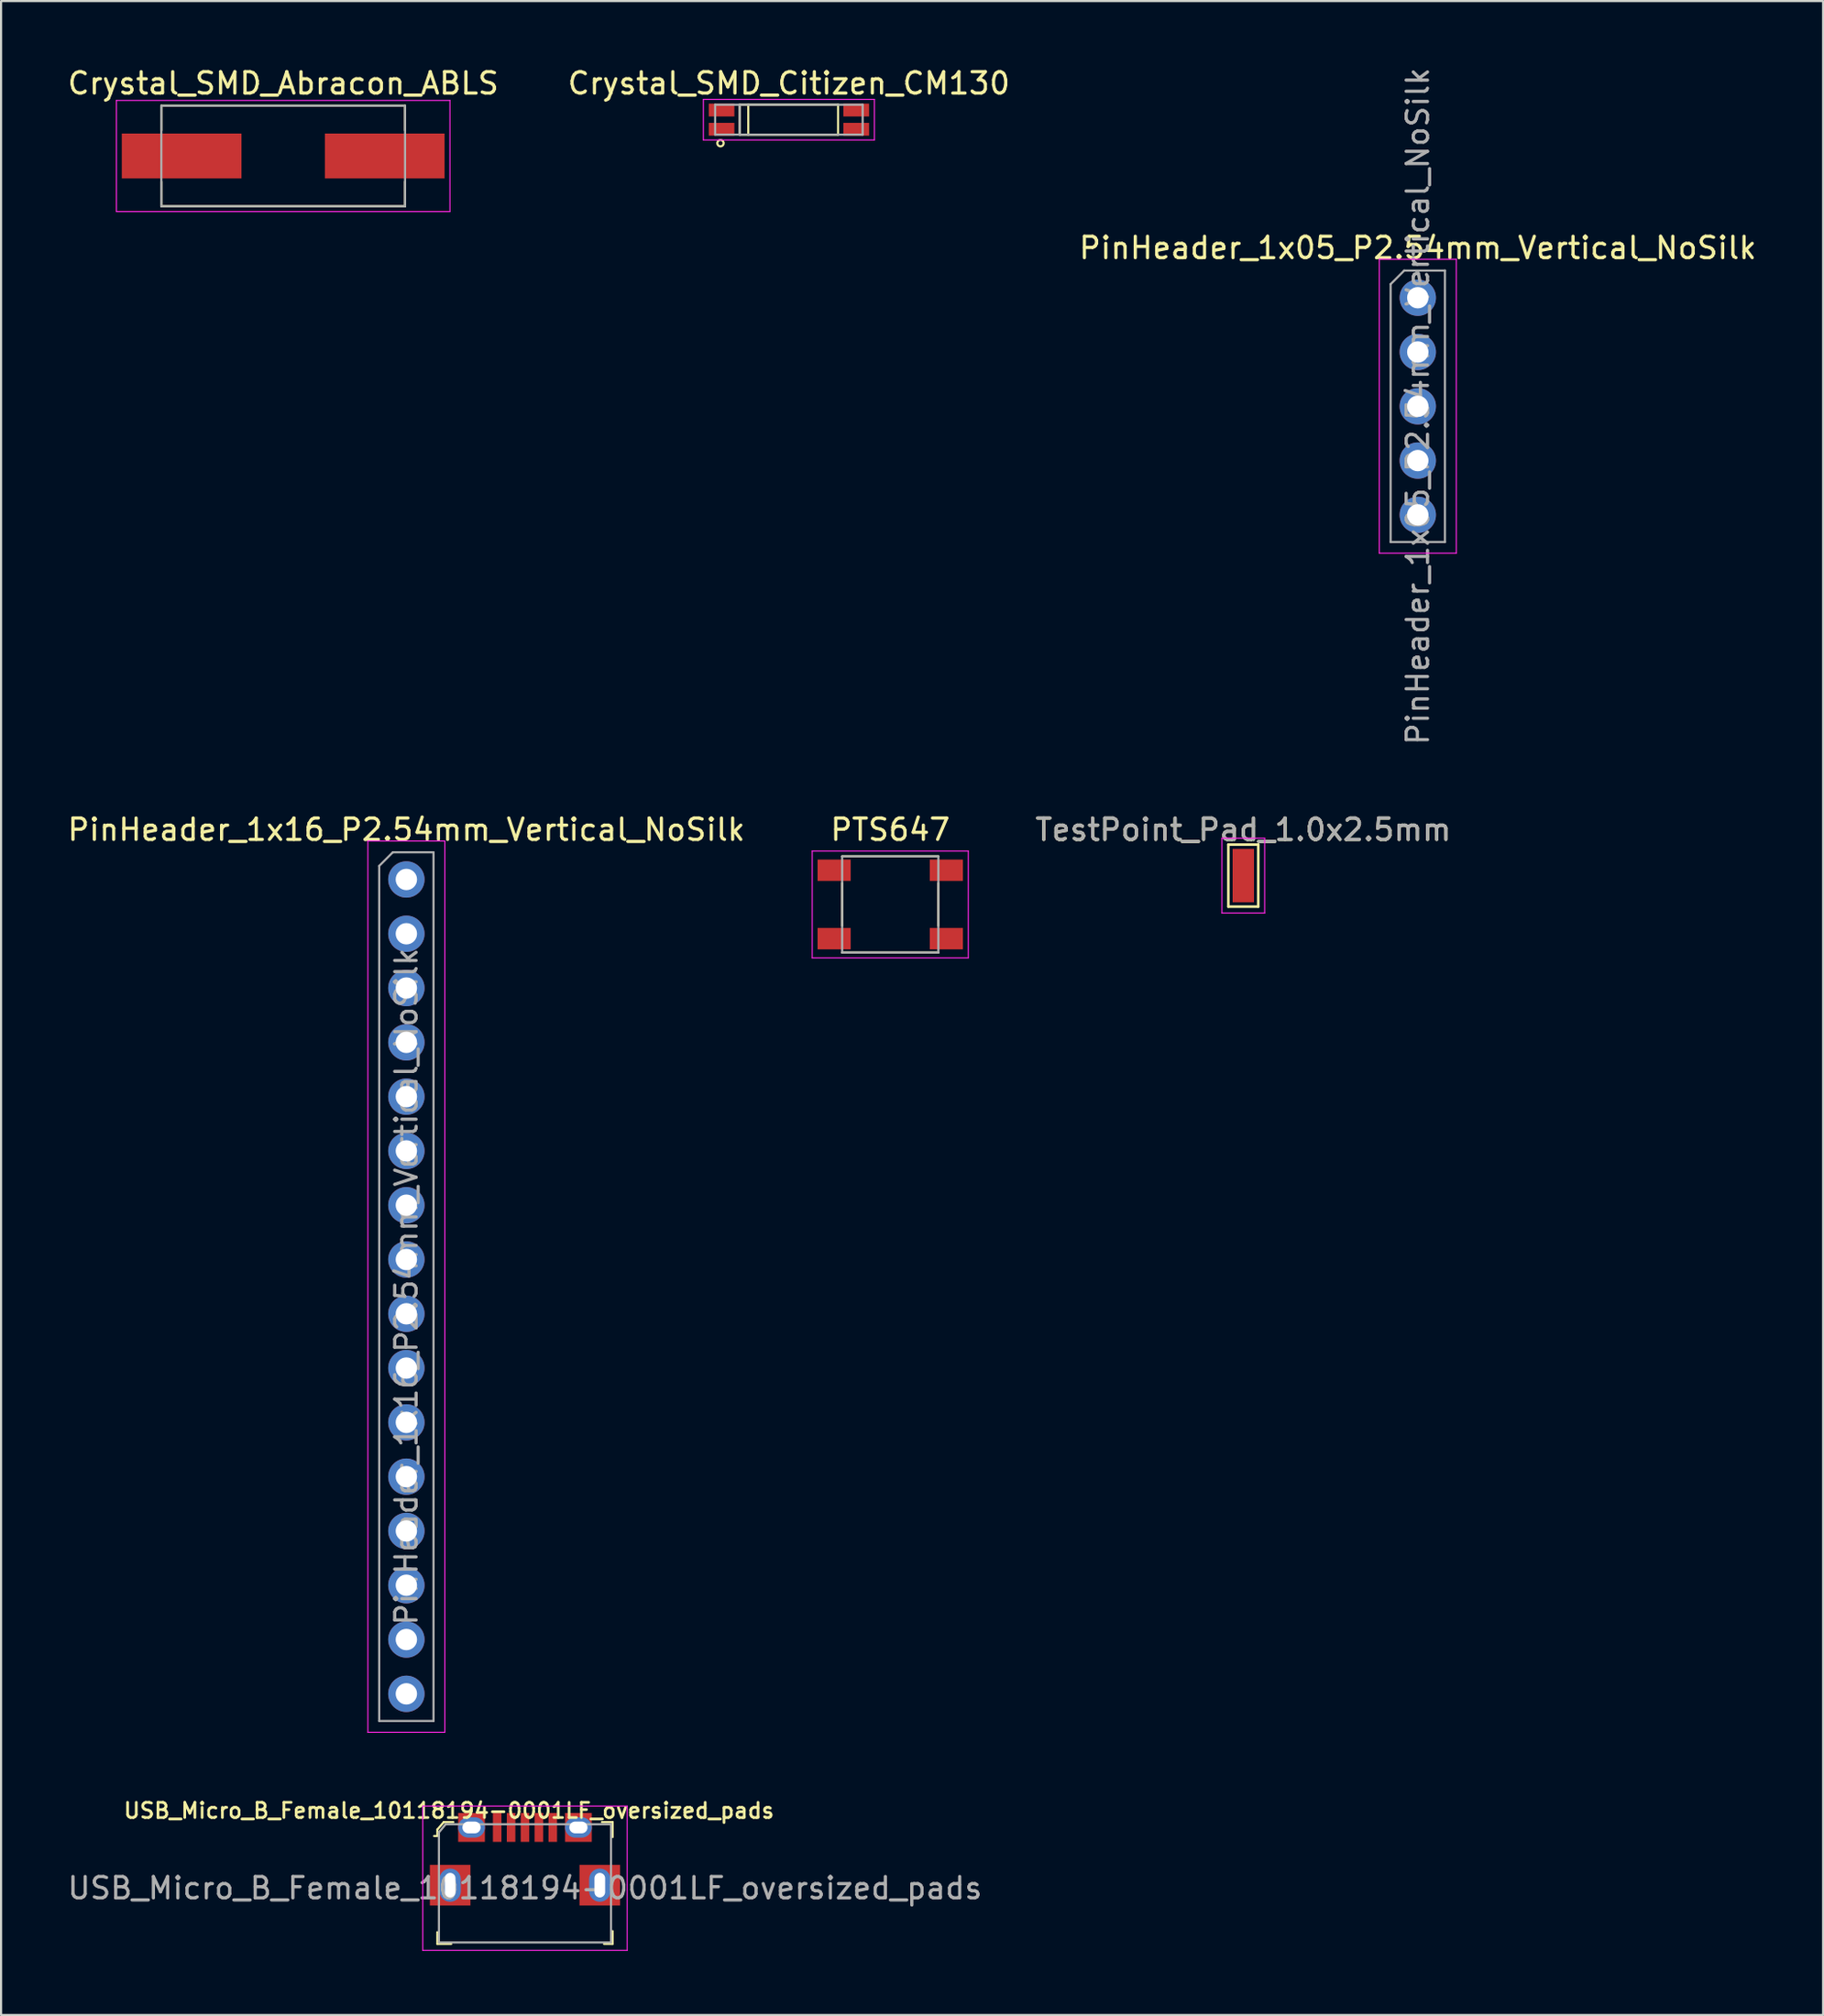
<source format=kicad_pcb>
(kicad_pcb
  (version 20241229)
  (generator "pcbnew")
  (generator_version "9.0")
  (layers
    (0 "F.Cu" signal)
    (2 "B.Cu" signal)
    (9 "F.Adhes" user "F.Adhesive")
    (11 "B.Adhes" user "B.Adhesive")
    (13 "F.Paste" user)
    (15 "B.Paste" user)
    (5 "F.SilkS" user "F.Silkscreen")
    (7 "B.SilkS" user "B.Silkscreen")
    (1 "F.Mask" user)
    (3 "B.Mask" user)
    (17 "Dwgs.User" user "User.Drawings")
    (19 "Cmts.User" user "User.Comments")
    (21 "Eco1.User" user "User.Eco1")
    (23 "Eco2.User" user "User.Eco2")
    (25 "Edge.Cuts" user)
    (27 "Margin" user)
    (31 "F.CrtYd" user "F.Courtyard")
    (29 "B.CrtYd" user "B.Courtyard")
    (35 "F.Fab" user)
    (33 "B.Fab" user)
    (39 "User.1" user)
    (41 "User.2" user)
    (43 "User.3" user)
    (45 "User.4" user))
  (footprint "PTS647"
    (layer "F.Cu")
    (at 38.592 39.265)
    (property "Reference" "PTS647" (at 0 -3.5 0) (layer "F.SilkS") (effects (font (size 1 1) (thickness 0.15))))
    (attr through_hole)
    (fp_line (start -2.25 -2.25) (end 2.25 -2.25) (stroke (width 0.1) (type solid)) (layer "F.SilkS"))
    (fp_line (start -2.25 -1) (end -2.25 1) (stroke (width 0.1) (type solid)) (layer "F.SilkS"))
    (fp_line (start -2.25 2.25) (end 2.25 2.25) (stroke (width 0.1) (type solid)) (layer "F.SilkS"))
    (fp_line (start 2.25 -1) (end 2.25 1) (stroke (width 0.1) (type solid)) (layer "F.SilkS"))
    (fp_line (start -3.65 -2.5) (end 3.65 -2.5) (stroke (width 0.05) (type solid)) (layer "F.CrtYd"))
    (fp_line (start -3.65 2.5) (end -3.65 -2.5) (stroke (width 0.05) (type solid)) (layer "F.CrtYd"))
    (fp_line (start -3.65 2.5) (end 3.65 2.5) (stroke (width 0.05) (type solid)) (layer "F.CrtYd"))
    (fp_line (start 3.65 -2.5) (end 3.65 2.5) (stroke (width 0.05) (type solid)) (layer "F.CrtYd"))
    (fp_line (start -2.25 -2.25) (end -2.25 2.25) (stroke (width 0.1) (type solid)) (layer "F.Fab"))
    (fp_line (start -2.25 -2.25) (end 2.25 -2.25) (stroke (width 0.1) (type solid)) (layer "F.Fab"))
    (fp_line (start -2.25 2.25) (end 2.25 2.25) (stroke (width 0.1) (type solid)) (layer "F.Fab"))
    (fp_line (start 2.25 -2.25) (end 2.25 2.25) (stroke (width 0.1) (type solid)) (layer "F.Fab"))
    (pad "1" smd rect (at -2.625 -1.6) (size 1.55 1) (layers "F.Cu" "F.Mask" "F.Paste"))
    (pad "1" smd rect (at 2.625 -1.6) (size 1.55 1) (layers "F.Cu" "F.Mask" "F.Paste"))
    (pad "2" smd rect (at -2.625 1.6) (size 1.55 1) (layers "F.Cu" "F.Mask" "F.Paste"))
    (pad "2" smd rect (at 2.625 1.6) (size 1.55 1) (layers "F.Cu" "F.Mask" "F.Paste")))
  (footprint "Crystal_SMD_Citizen_CM130"
    (layer "F.Cu")
    (at 33.851 2.548)
    (property "Reference" "Crystal_SMD_Citizen_CM130" (at 0 -1.7 0) (layer "F.SilkS") (effects (font (size 1 1) (thickness 0.15))))
    (attr through_hole)
    (fp_line (start -2.3 -0.7) (end -2.3 0.7) (stroke (width 0.1) (type solid)) (layer "F.SilkS"))
    (fp_line (start -2.3 -0.7) (end 2.3 -0.7) (stroke (width 0.1) (type solid)) (layer "F.SilkS"))
    (fp_line (start -2.3 0.7) (end 2.3 0.7) (stroke (width 0.1) (type solid)) (layer "F.SilkS"))
    (fp_line (start -1.9 -0.7) (end -1.9 0.7) (stroke (width 0.1) (type solid)) (layer "F.SilkS"))
    (fp_line (start 2.3 -0.7) (end 2.3 0.7) (stroke (width 0.1) (type solid)) (layer "F.SilkS"))
    (fp_circle (center -3.2 1.1) (end -3.05 1.1) (stroke (width 0.1) (type solid)) (fill no) (layer "F.SilkS"))
    (fp_line (start -4 -0.95) (end -4 0.95) (stroke (width 0.05) (type solid)) (layer "F.CrtYd"))
    (fp_line (start -4 -0.95) (end 4 -0.95) (stroke (width 0.05) (type solid)) (layer "F.CrtYd"))
    (fp_line (start -4 0.95) (end 4 0.95) (stroke (width 0.05) (type solid)) (layer "F.CrtYd"))
    (fp_line (start 4 -0.95) (end 4 0.95) (stroke (width 0.05) (type solid)) (layer "F.CrtYd"))
    (fp_line (start -3.45 -0.7) (end -3.45 0.7) (stroke (width 0.1) (type solid)) (layer "F.Fab"))
    (fp_line (start -3.45 -0.7) (end 3.45 -0.7) (stroke (width 0.1) (type solid)) (layer "F.Fab"))
    (fp_line (start -3.45 0.7) (end 3.45 0.7) (stroke (width 0.1) (type solid)) (layer "F.Fab"))
    (fp_line (start -2.3 -0.7) (end -2.3 0.7) (stroke (width 0.1) (type solid)) (layer "F.Fab"))
    (fp_line (start 3.45 -0.7) (end 3.45 0.7) (stroke (width 0.1) (type solid)) (layer "F.Fab"))
    (pad "1" smd rect (at -3.15 0.45) (size 1.2 0.6) (layers "F.Cu" "F.Mask" "F.Paste"))
    (pad "2" smd rect (at 3.15 0.45) (size 1.2 0.6) (layers "F.Cu" "F.Mask" "F.Paste"))
    (pad "3" smd rect (at 3.15 -0.45) (size 1.2 0.6) (layers "F.Cu" "F.Mask" "F.Paste"))
    (pad "4" smd rect (at -3.15 -0.45) (size 1.2 0.6) (layers "F.Cu" "F.Mask" "F.Paste")))
  (footprint "USB_Micro_B_Female_10118194-0001LF_oversized_pads"
    (layer "F.Cu")
    (at 21.506 82.446)
    (property "Reference" "USB_Micro_B_Female_10118194-0001LF_oversized_pads" (at -3.556 -0.787 0) (layer "F.SilkS") (effects (font (size 0.711 0.711) (thickness 0.127))))
    (attr through_hole)
    (fp_line (start -4.1 0.1) (end -4.1 0.4) (stroke (width 0.1) (type solid)) (layer "F.SilkS"))
    (fp_line (start -4.1 0.4) (end -4.25 0.4) (stroke (width 0.1) (type solid)) (layer "F.SilkS"))
    (fp_line (start -4.1 4.9) (end -4.1 5.45) (stroke (width 0.1) (type solid)) (layer "F.SilkS"))
    (fp_line (start -4.1 5.45) (end -3.45 5.45) (stroke (width 0.1) (type solid)) (layer "F.SilkS"))
    (fp_line (start -3.8 -0.25) (end -4.1 0.1) (stroke (width 0.1) (type solid)) (layer "F.SilkS"))
    (fp_line (start -3.35 -0.25) (end -3.8 -0.25) (stroke (width 0.1) (type solid)) (layer "F.SilkS"))
    (fp_line (start 3.6 -0.25) (end 4.1 -0.25) (stroke (width 0.1) (type solid)) (layer "F.SilkS"))
    (fp_line (start 4.1 -0.25) (end 4.1 0.45) (stroke (width 0.1) (type solid)) (layer "F.SilkS"))
    (fp_line (start 4.1 4.85) (end 4.1 5.45) (stroke (width 0.1) (type solid)) (layer "F.SilkS"))
    (fp_line (start 4.1 5.45) (end 3.7 5.45) (stroke (width 0.1) (type solid)) (layer "F.SilkS"))
    (fp_line (start -4.78 -1) (end 4.78 -1) (stroke (width 0.05) (type solid)) (layer "F.CrtYd"))
    (fp_line (start -4.78 5.75) (end -4.78 -1) (stroke (width 0.05) (type solid)) (layer "F.CrtYd"))
    (fp_line (start -4.78 5.75) (end 4.78 5.75) (stroke (width 0.05) (type solid)) (layer "F.CrtYd"))
    (fp_line (start 4.78 5.75) (end 4.78 -1) (stroke (width 0.05) (type solid)) (layer "F.CrtYd"))
    (fp_line (start -4.025 0.23) (end -3.71 -0.15) (stroke (width 0.1) (type solid)) (layer "F.Fab"))
    (fp_line (start -4.025 5.38) (end -4.025 0.23) (stroke (width 0.1) (type solid)) (layer "F.Fab"))
    (fp_line (start -4.025 5.38) (end 4.025 5.38) (stroke (width 0.1) (type solid)) (layer "F.Fab"))
    (fp_line (start 4.02 -0.15) (end -3.71 -0.15) (stroke (width 0.1) (type solid)) (layer "F.Fab"))
    (fp_line (start 4.025 5.38) (end 4.025 -0.15) (stroke (width 0.1) (type solid)) (layer "F.Fab"))
    (fp_text user "${REFERENCE}" (at 0 2.84 0) (layer "F.Fab") (effects (font (size 1 1) (thickness 0.15))))
    (pad "1" smd rect (at -1.3 0) (size 0.4 1.35) (layers "F.Cu" "F.Mask" "F.Paste"))
    (pad "2" smd rect (at -0.65 0) (size 0.4 1.35) (layers "F.Cu" "F.Mask" "F.Paste"))
    (pad "3" smd rect (at 0 0) (size 0.4 1.35) (layers "F.Cu" "F.Mask" "F.Paste"))
    (pad "4" smd rect (at 0.65 0) (size 0.4 1.35) (layers "F.Cu" "F.Mask" "F.Paste"))
    (pad "5" smd rect (at 1.3 0) (size 0.4 1.35) (layers "F.Cu" "F.Mask" "F.Paste"))
    (pad "SH" thru_hole oval (at -3.5 2.7) (size 1 1.55) (drill oval 0.5 1.15) (layers "*.Cu" "*.Mask"))
    (pad "SH" smd rect (at -3.5 2.7) (size 1.9 1.9) (layers "F.Cu" "F.Mask" "F.Paste"))
    (pad "SH" thru_hole oval (at -2.5 0) (size 1.25 0.95) (drill oval 0.85 0.55) (layers "*.Cu" "*.Mask"))
    (pad "SH" smd rect (at -2.5 0) (size 1.25 1.35) (layers "F.Cu" "F.Mask" "F.Paste"))
    (pad "SH" thru_hole oval (at 2.5 0) (size 1.25 0.95) (drill oval 0.85 0.55) (layers "*.Cu" "*.Mask"))
    (pad "SH" smd rect (at 2.5 0) (size 1.25 1.35) (layers "F.Cu" "F.Mask" "F.Paste"))
    (pad "SH" thru_hole oval (at 3.5 2.7) (size 1 1.55) (drill oval 0.5 1.15) (layers "*.Cu" "*.Mask"))
    (pad "SH" smd rect (at 3.5 2.7) (size 1.9 1.9) (layers "F.Cu" "F.Mask" "F.Paste")))
  (footprint "PinHeader_1x05_P2.54mm_Vertical_NoSilk"
    (layer "F.Cu")
    (at 63.268 10.878)
    (property "Reference" "PinHeader_1x05_P2.54mm_Vertical_NoSilk" (at 0 -2.33 0) (layer "F.SilkS") (effects (font (size 1 1) (thickness 0.15))))
    (attr through_hole)
    (fp_line (start -1.8 -1.8) (end -1.8 11.95) (stroke (width 0.05) (type solid)) (layer "F.CrtYd"))
    (fp_line (start -1.8 11.95) (end 1.8 11.95) (stroke (width 0.05) (type solid)) (layer "F.CrtYd"))
    (fp_line (start 1.8 -1.8) (end -1.8 -1.8) (stroke (width 0.05) (type solid)) (layer "F.CrtYd"))
    (fp_line (start 1.8 11.95) (end 1.8 -1.8) (stroke (width 0.05) (type solid)) (layer "F.CrtYd"))
    (fp_line (start -1.27 -0.635) (end -0.635 -1.27) (stroke (width 0.1) (type solid)) (layer "F.Fab"))
    (fp_line (start -1.27 11.43) (end -1.27 -0.635) (stroke (width 0.1) (type solid)) (layer "F.Fab"))
    (fp_line (start -0.635 -1.27) (end 1.27 -1.27) (stroke (width 0.1) (type solid)) (layer "F.Fab"))
    (fp_line (start 1.27 -1.27) (end 1.27 11.43) (stroke (width 0.1) (type solid)) (layer "F.Fab"))
    (fp_line (start 1.27 11.43) (end -1.27 11.43) (stroke (width 0.1) (type solid)) (layer "F.Fab"))
    (fp_text user "${REFERENCE}" (at 0 5.08 90) (layer "F.Fab") (effects (font (size 1 1) (thickness 0.15))))
    (pad "1" thru_hole circle (at 0 0) (size 1.7 1.7) (drill 1) (layers "*.Cu" "*.Mask"))
    (pad "2" thru_hole oval (at 0 2.54) (size 1.7 1.7) (drill 1) (layers "*.Cu" "*.Mask"))
    (pad "3" thru_hole oval (at 0 5.08) (size 1.7 1.7) (drill 1) (layers "*.Cu" "*.Mask"))
    (pad "4" thru_hole oval (at 0 7.62) (size 1.7 1.7) (drill 1) (layers "*.Cu" "*.Mask"))
    (pad "5" thru_hole oval (at 0 10.16) (size 1.7 1.7) (drill 1) (layers "*.Cu" "*.Mask")))
  (footprint "Crystal_SMD_Abracon_ABLS"
    (layer "F.Cu")
    (at 10.196 4.248)
    (property "Reference" "Crystal_SMD_Abracon_ABLS" (at 0 -3.4 0) (layer "F.SilkS") (effects (font (size 1 1) (thickness 0.15))))
    (attr through_hole)
    (fp_line (start -5.7 -2.35) (end -5.7 -1.2) (stroke (width 0.1) (type solid)) (layer "F.SilkS"))
    (fp_line (start -5.7 -2.35) (end 5.7 -2.35) (stroke (width 0.1) (type solid)) (layer "F.SilkS"))
    (fp_line (start -5.7 1.2) (end -5.7 2.35) (stroke (width 0.1) (type solid)) (layer "F.SilkS"))
    (fp_line (start -5.7 2.35) (end 5.7 2.35) (stroke (width 0.1) (type solid)) (layer "F.SilkS"))
    (fp_line (start 5.7 -2.35) (end 5.7 -1.2) (stroke (width 0.1) (type solid)) (layer "F.SilkS"))
    (fp_line (start 5.7 1.2) (end 5.7 2.35) (stroke (width 0.1) (type solid)) (layer "F.SilkS"))
    (fp_line (start -7.8 -2.6) (end 7.8 -2.6) (stroke (width 0.05) (type solid)) (layer "F.CrtYd"))
    (fp_line (start -7.8 2.6) (end -7.8 -2.6) (stroke (width 0.05) (type solid)) (layer "F.CrtYd"))
    (fp_line (start -7.8 2.6) (end 7.8 2.6) (stroke (width 0.05) (type solid)) (layer "F.CrtYd"))
    (fp_line (start 7.8 2.6) (end 7.8 -2.6) (stroke (width 0.05) (type solid)) (layer "F.CrtYd"))
    (fp_line (start -5.7 -2.35) (end -5.7 2.35) (stroke (width 0.1) (type solid)) (layer "F.Fab"))
    (fp_line (start -5.7 -2.35) (end 5.7 -2.35) (stroke (width 0.1) (type solid)) (layer "F.Fab"))
    (fp_line (start -5.7 2.35) (end 5.7 2.35) (stroke (width 0.1) (type solid)) (layer "F.Fab"))
    (fp_line (start 5.7 -2.35) (end 5.7 2.35) (stroke (width 0.1) (type solid)) (layer "F.Fab"))
    (pad "1" smd rect (at -4.75 0) (size 5.6 2.1) (layers "F.Cu" "F.Mask" "F.Paste"))
    (pad "2" smd rect (at 4.75 0) (size 5.6 2.1) (layers "F.Cu" "F.Mask" "F.Paste")))
  (footprint "TestPoint_Pad_1.0x2.5mm"
    (layer "F.Cu")
    (at 55.106 37.915)
    (property "Reference" "TestPoint_Pad_1.0x2.5mm" (at 0 -2.148 0) (layer "F.SilkS") (effects (font (size 1 1) (thickness 0.15))))
    (attr exclude_from_pos_files exclude_from_bom)
    (fp_line (start -0.7 -1.45) (end 0.7 -1.45) (stroke (width 0.12) (type solid)) (layer "F.SilkS"))
    (fp_line (start -0.7 1.45) (end -0.7 -1.45) (stroke (width 0.12) (type solid)) (layer "F.SilkS"))
    (fp_line (start -0.7 1.45) (end 0.7 1.45) (stroke (width 0.12) (type solid)) (layer "F.SilkS"))
    (fp_line (start 0.7 -1.45) (end 0.7 1.45) (stroke (width 0.12) (type solid)) (layer "F.SilkS"))
    (fp_line (start -1 -1.75) (end -1 1.75) (stroke (width 0.05) (type solid)) (layer "F.CrtYd"))
    (fp_line (start -1 -1.75) (end 1 -1.75) (stroke (width 0.05) (type solid)) (layer "F.CrtYd"))
    (fp_line (start 1 1.75) (end -1 1.75) (stroke (width 0.05) (type solid)) (layer "F.CrtYd"))
    (fp_line (start 1 1.75) (end 1 -1.75) (stroke (width 0.05) (type solid)) (layer "F.CrtYd"))
    (fp_text user "${REFERENCE}" (at 0 -2.15 0) (layer "F.Fab") (effects (font (size 1 1) (thickness 0.15))))
    (pad "1" smd rect (at 0 0) (size 1 2.5) (layers "F.Cu" "F.Mask")))
  (footprint "PinHeader_1x16_P2.54mm_Vertical_NoSilk"
    (layer "F.Cu")
    (at 15.958 38.095)
    (property "Reference" "PinHeader_1x16_P2.54mm_Vertical_NoSilk" (at 0 -2.33 0) (layer "F.SilkS") (effects (font (size 1 1) (thickness 0.15))))
    (attr through_hole)
    (fp_line (start -1.8 -1.8) (end -1.8 39.9) (stroke (width 0.05) (type solid)) (layer "F.CrtYd"))
    (fp_line (start -1.8 39.9) (end 1.8 39.9) (stroke (width 0.05) (type solid)) (layer "F.CrtYd"))
    (fp_line (start 1.8 -1.8) (end -1.8 -1.8) (stroke (width 0.05) (type solid)) (layer "F.CrtYd"))
    (fp_line (start 1.8 39.9) (end 1.8 -1.8) (stroke (width 0.05) (type solid)) (layer "F.CrtYd"))
    (fp_line (start -1.27 -0.635) (end -0.635 -1.27) (stroke (width 0.1) (type solid)) (layer "F.Fab"))
    (fp_line (start -1.27 39.37) (end -1.27 -0.635) (stroke (width 0.1) (type solid)) (layer "F.Fab"))
    (fp_line (start -0.635 -1.27) (end 1.27 -1.27) (stroke (width 0.1) (type solid)) (layer "F.Fab"))
    (fp_line (start 1.27 -1.27) (end 1.27 39.37) (stroke (width 0.1) (type solid)) (layer "F.Fab"))
    (fp_line (start 1.27 39.37) (end -1.27 39.37) (stroke (width 0.1) (type solid)) (layer "F.Fab"))
    (fp_text user "${REFERENCE}" (at 0 19.05 90) (layer "F.Fab") (effects (font (size 1 1) (thickness 0.15))))
    (pad "1" thru_hole circle (at 0 0) (size 1.7 1.7) (drill 1) (layers "*.Cu" "*.Mask"))
    (pad "2" thru_hole oval (at 0 2.54) (size 1.7 1.7) (drill 1) (layers "*.Cu" "*.Mask"))
    (pad "3" thru_hole oval (at 0 5.08) (size 1.7 1.7) (drill 1) (layers "*.Cu" "*.Mask"))
    (pad "4" thru_hole oval (at 0 7.62) (size 1.7 1.7) (drill 1) (layers "*.Cu" "*.Mask"))
    (pad "5" thru_hole oval (at 0 10.16) (size 1.7 1.7) (drill 1) (layers "*.Cu" "*.Mask"))
    (pad "6" thru_hole oval (at 0 12.7) (size 1.7 1.7) (drill 1) (layers "*.Cu" "*.Mask"))
    (pad "7" thru_hole oval (at 0 15.24) (size 1.7 1.7) (drill 1) (layers "*.Cu" "*.Mask"))
    (pad "8" thru_hole oval (at 0 17.78) (size 1.7 1.7) (drill 1) (layers "*.Cu" "*.Mask"))
    (pad "9" thru_hole oval (at 0 20.32) (size 1.7 1.7) (drill 1) (layers "*.Cu" "*.Mask"))
    (pad "10" thru_hole oval (at 0 22.86) (size 1.7 1.7) (drill 1) (layers "*.Cu" "*.Mask"))
    (pad "11" thru_hole oval (at 0 25.4) (size 1.7 1.7) (drill 1) (layers "*.Cu" "*.Mask"))
    (pad "12" thru_hole oval (at 0 27.94) (size 1.7 1.7) (drill 1) (layers "*.Cu" "*.Mask"))
    (pad "13" thru_hole oval (at 0 30.48) (size 1.7 1.7) (drill 1) (layers "*.Cu" "*.Mask"))
    (pad "14" thru_hole oval (at 0 33.02) (size 1.7 1.7) (drill 1) (layers "*.Cu" "*.Mask"))
    (pad "15" thru_hole oval (at 0 35.56) (size 1.7 1.7) (drill 1) (layers "*.Cu" "*.Mask"))
    (pad "16" thru_hole oval (at 0 38.1) (size 1.7 1.7) (drill 1) (layers "*.Cu" "*.Mask")))
  (gr_rect
    (start -3 -3)
    (end 82.226 91.221)
    (stroke (width 0.1) (type default))
    (fill no)
    (layer "Edge.Cuts")))
</source>
